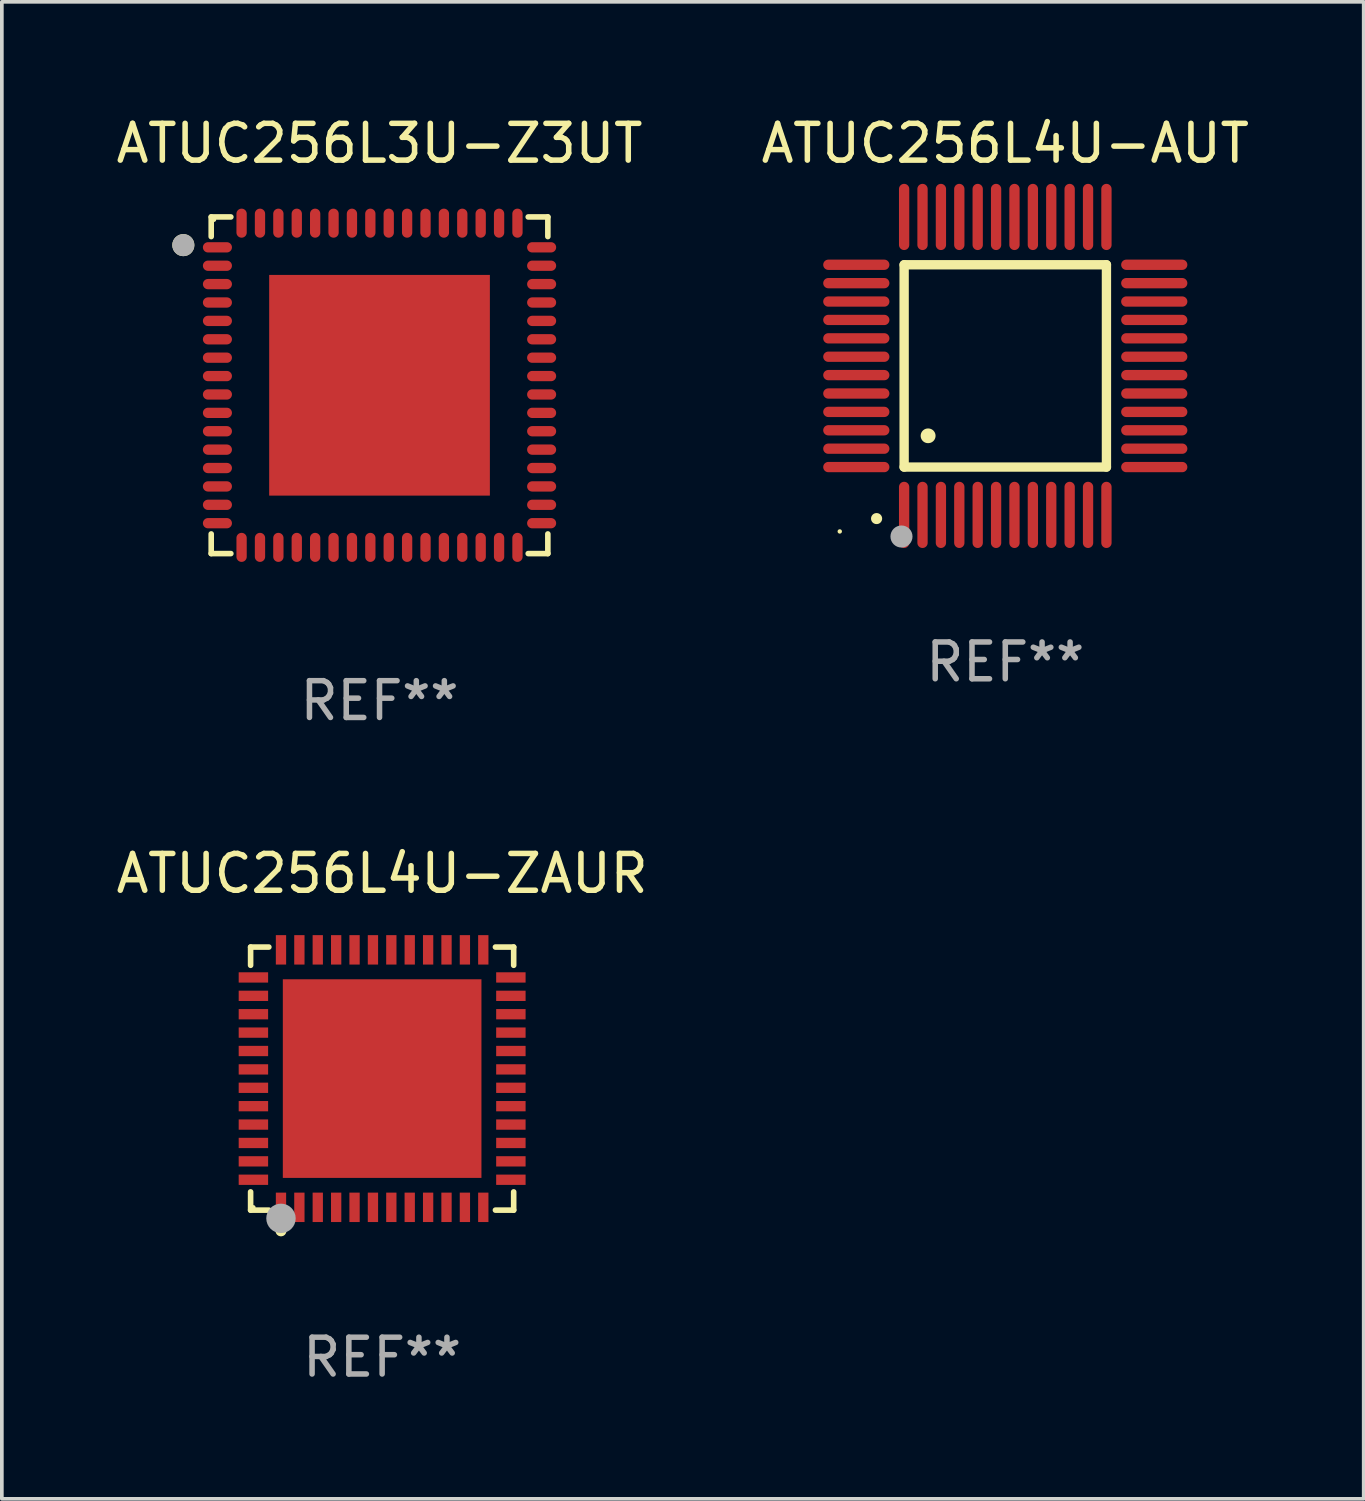
<source format=kicad_pcb>
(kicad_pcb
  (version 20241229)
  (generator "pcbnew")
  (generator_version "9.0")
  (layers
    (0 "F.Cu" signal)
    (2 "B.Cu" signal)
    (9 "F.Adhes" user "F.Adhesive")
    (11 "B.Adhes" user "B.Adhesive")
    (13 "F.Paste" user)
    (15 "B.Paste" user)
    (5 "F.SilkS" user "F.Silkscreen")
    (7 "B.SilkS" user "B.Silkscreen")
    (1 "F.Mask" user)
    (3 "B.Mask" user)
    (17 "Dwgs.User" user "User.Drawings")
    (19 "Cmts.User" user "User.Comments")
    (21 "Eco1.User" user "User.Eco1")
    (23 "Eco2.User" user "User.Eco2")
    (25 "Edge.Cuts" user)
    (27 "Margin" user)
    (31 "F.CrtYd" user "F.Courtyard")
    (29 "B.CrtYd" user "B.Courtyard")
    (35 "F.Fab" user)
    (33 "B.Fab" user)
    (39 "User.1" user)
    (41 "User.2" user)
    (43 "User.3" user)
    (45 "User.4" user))
  (footprint "ATUC256L4U-AUT"
    (layer "F.Cu")
    (at 24.28 6.898)
    (property "Reference" "ATUC256L4U-AUT" (at 0 -6.05 0) (layer "F.SilkS") (effects (font (size 1 1) (thickness 0.15))))
    (attr through_hole)
    (fp_line (start -2.75 -2.75) (end 2.75 -2.75) (stroke (width 0.254) (type solid)) (layer "F.SilkS"))
    (fp_line (start -2.75 2.75) (end -2.75 -2.75) (stroke (width 0.254) (type solid)) (layer "F.SilkS"))
    (fp_line (start 2.75 -2.75) (end 2.75 2.75) (stroke (width 0.254) (type solid)) (layer "F.SilkS"))
    (fp_line (start 2.75 2.75) (end -2.75 2.75) (stroke (width 0.254) (type solid)) (layer "F.SilkS"))
    (fp_arc (start -3.500127 4.150368) (mid -3.498857 4.150363) (end -3.497587 4.150368) (stroke (width 0.3) (type solid)) (layer "F.SilkS"))
    (fp_arc (start -2.100584 1.899924) (mid -2.098044 1.899908) (end -2.095504 1.899924) (stroke (width 0.4) (type solid)) (layer "F.SilkS"))
    (fp_circle (center -4.5 4.5) (end -4.47 4.5) (stroke (width 0.06) (type solid)) (fill no) (layer "F.SilkS"))
    (fp_circle (center -2.822 4.638) (end -2.672 4.638) (stroke (width 0.3) (type solid)) (fill no) (layer "F.Fab"))
    (fp_text user "REF**" (at 0 8.05 0) (layer "F.Fab") (effects (font (size 1 1) (thickness 0.15))))
    (pad "1" smd oval (at -2.75 4.05) (size 0.28 1.8) (layers "F.Cu" "F.Mask" "F.Paste"))
    (pad "2" smd oval (at -2.25 4.05) (size 0.28 1.8) (layers "F.Cu" "F.Mask" "F.Paste"))
    (pad "3" smd oval (at -1.75 4.05) (size 0.28 1.8) (layers "F.Cu" "F.Mask" "F.Paste"))
    (pad "4" smd oval (at -1.25 4.05) (size 0.28 1.8) (layers "F.Cu" "F.Mask" "F.Paste"))
    (pad "5" smd oval (at -0.75 4.05) (size 0.28 1.8) (layers "F.Cu" "F.Mask" "F.Paste"))
    (pad "6" smd oval (at -0.25 4.05) (size 0.28 1.8) (layers "F.Cu" "F.Mask" "F.Paste"))
    (pad "7" smd oval (at 0.25 4.05) (size 0.28 1.8) (layers "F.Cu" "F.Mask" "F.Paste"))
    (pad "8" smd oval (at 0.75 4.05) (size 0.28 1.8) (layers "F.Cu" "F.Mask" "F.Paste"))
    (pad "9" smd oval (at 1.25 4.05) (size 0.28 1.8) (layers "F.Cu" "F.Mask" "F.Paste"))
    (pad "10" smd oval (at 1.75 4.05) (size 0.28 1.8) (layers "F.Cu" "F.Mask" "F.Paste"))
    (pad "11" smd oval (at 2.25 4.05) (size 0.28 1.8) (layers "F.Cu" "F.Mask" "F.Paste"))
    (pad "12" smd oval (at 2.75 4.05) (size 0.28 1.8) (layers "F.Cu" "F.Mask" "F.Paste"))
    (pad "13" smd oval (at 4.05 2.75) (size 1.8 0.28) (layers "F.Cu" "F.Mask" "F.Paste"))
    (pad "14" smd oval (at 4.05 2.25) (size 1.8 0.28) (layers "F.Cu" "F.Mask" "F.Paste"))
    (pad "15" smd oval (at 4.05 1.75) (size 1.8 0.28) (layers "F.Cu" "F.Mask" "F.Paste"))
    (pad "16" smd oval (at 4.05 1.25) (size 1.8 0.28) (layers "F.Cu" "F.Mask" "F.Paste"))
    (pad "17" smd oval (at 4.05 0.75) (size 1.8 0.28) (layers "F.Cu" "F.Mask" "F.Paste"))
    (pad "18" smd oval (at 4.05 0.25) (size 1.8 0.28) (layers "F.Cu" "F.Mask" "F.Paste"))
    (pad "19" smd oval (at 4.05 -0.25) (size 1.8 0.28) (layers "F.Cu" "F.Mask" "F.Paste"))
    (pad "20" smd oval (at 4.05 -0.75) (size 1.8 0.28) (layers "F.Cu" "F.Mask" "F.Paste"))
    (pad "21" smd oval (at 4.05 -1.25) (size 1.8 0.28) (layers "F.Cu" "F.Mask" "F.Paste"))
    (pad "22" smd oval (at 4.05 -1.75) (size 1.8 0.28) (layers "F.Cu" "F.Mask" "F.Paste"))
    (pad "23" smd oval (at 4.05 -2.25) (size 1.8 0.28) (layers "F.Cu" "F.Mask" "F.Paste"))
    (pad "24" smd oval (at 4.05 -2.75) (size 1.8 0.28) (layers "F.Cu" "F.Mask" "F.Paste"))
    (pad "25" smd oval (at 2.75 -4.05) (size 0.28 1.8) (layers "F.Cu" "F.Mask" "F.Paste"))
    (pad "26" smd oval (at 2.25 -4.05) (size 0.28 1.8) (layers "F.Cu" "F.Mask" "F.Paste"))
    (pad "27" smd oval (at 1.75 -4.05) (size 0.28 1.8) (layers "F.Cu" "F.Mask" "F.Paste"))
    (pad "28" smd oval (at 1.25 -4.05) (size 0.28 1.8) (layers "F.Cu" "F.Mask" "F.Paste"))
    (pad "29" smd oval (at 0.75 -4.05) (size 0.28 1.8) (layers "F.Cu" "F.Mask" "F.Paste"))
    (pad "30" smd oval (at 0.25 -4.05) (size 0.28 1.8) (layers "F.Cu" "F.Mask" "F.Paste"))
    (pad "31" smd oval (at -0.25 -4.05) (size 0.28 1.8) (layers "F.Cu" "F.Mask" "F.Paste"))
    (pad "32" smd oval (at -0.75 -4.05) (size 0.28 1.8) (layers "F.Cu" "F.Mask" "F.Paste"))
    (pad "33" smd oval (at -1.25 -4.05) (size 0.28 1.8) (layers "F.Cu" "F.Mask" "F.Paste"))
    (pad "34" smd oval (at -1.75 -4.05) (size 0.28 1.8) (layers "F.Cu" "F.Mask" "F.Paste"))
    (pad "35" smd oval (at -2.25 -4.05) (size 0.28 1.8) (layers "F.Cu" "F.Mask" "F.Paste"))
    (pad "36" smd oval (at -2.75 -4.05) (size 0.28 1.8) (layers "F.Cu" "F.Mask" "F.Paste"))
    (pad "37" smd oval (at -4.05 -2.75) (size 1.8 0.28) (layers "F.Cu" "F.Mask" "F.Paste"))
    (pad "38" smd oval (at -4.05 -2.25) (size 1.8 0.28) (layers "F.Cu" "F.Mask" "F.Paste"))
    (pad "39" smd oval (at -4.05 -1.75) (size 1.8 0.28) (layers "F.Cu" "F.Mask" "F.Paste"))
    (pad "40" smd oval (at -4.05 -1.25) (size 1.8 0.28) (layers "F.Cu" "F.Mask" "F.Paste"))
    (pad "41" smd oval (at -4.05 -0.75) (size 1.8 0.28) (layers "F.Cu" "F.Mask" "F.Paste"))
    (pad "42" smd oval (at -4.05 -0.25) (size 1.8 0.28) (layers "F.Cu" "F.Mask" "F.Paste"))
    (pad "43" smd oval (at -4.05 0.25) (size 1.8 0.28) (layers "F.Cu" "F.Mask" "F.Paste"))
    (pad "44" smd oval (at -4.05 0.75) (size 1.8 0.28) (layers "F.Cu" "F.Mask" "F.Paste"))
    (pad "45" smd oval (at -4.05 1.25) (size 1.8 0.28) (layers "F.Cu" "F.Mask" "F.Paste"))
    (pad "46" smd oval (at -4.05 1.75) (size 1.8 0.28) (layers "F.Cu" "F.Mask" "F.Paste"))
    (pad "47" smd oval (at -4.05 2.25) (size 1.8 0.28) (layers "F.Cu" "F.Mask" "F.Paste"))
    (pad "48" smd oval (at -4.05 2.75) (size 1.8 0.28) (layers "F.Cu" "F.Mask" "F.Paste")))
  (footprint "ATUC256L4U-ZAUR"
    (layer "F.Cu")
    (at 7.339 26.273)
    (property "Reference" "ATUC256L4U-ZAUR" (at 0 -5.576 0) (layer "F.SilkS") (effects (font (size 1 1) (thickness 0.15))))
    (attr through_hole)
    (fp_line (start -3.576 -3.576) (end -3.08 -3.576) (stroke (width 0.152) (type solid)) (layer "F.SilkS"))
    (fp_line (start -3.576 -3.08) (end -3.576 -3.576) (stroke (width 0.152) (type solid)) (layer "F.SilkS"))
    (fp_line (start -3.576 3.08) (end -3.576 3.576) (stroke (width 0.152) (type solid)) (layer "F.SilkS"))
    (fp_line (start -3.576 3.576) (end -3.08 3.576) (stroke (width 0.152) (type solid)) (layer "F.SilkS"))
    (fp_line (start 3.576 -3.576) (end 3.08 -3.576) (stroke (width 0.152) (type solid)) (layer "F.SilkS"))
    (fp_line (start 3.576 -3.08) (end 3.576 -3.576) (stroke (width 0.152) (type solid)) (layer "F.SilkS"))
    (fp_line (start 3.576 3.08) (end 3.576 3.576) (stroke (width 0.152) (type solid)) (layer "F.SilkS"))
    (fp_line (start 3.576 3.576) (end 3.08 3.576) (stroke (width 0.152) (type solid)) (layer "F.SilkS"))
    (fp_circle (center -3.5 3.5) (end -3.47 3.5) (stroke (width 0.06) (type solid)) (fill no) (layer "F.SilkS"))
    (fp_circle (center -2.75 4.14) (end -2.675 4.14) (stroke (width 0.15) (type solid)) (fill no) (layer "F.SilkS"))
    (fp_circle (center -2.75 3.8) (end -2.55 3.8) (stroke (width 0.4) (type solid)) (fill no) (layer "F.Fab"))
    (fp_text user "REF**" (at 0 7.576 0) (layer "F.Fab") (effects (font (size 1 1) (thickness 0.15))))
    (pad "1" smd rect (at -2.75 3.5) (size 0.28 0.8) (layers "F.Cu" "F.Mask" "F.Paste"))
    (pad "2" smd rect (at -2.25 3.5) (size 0.28 0.8) (layers "F.Cu" "F.Mask" "F.Paste"))
    (pad "3" smd rect (at -1.75 3.5) (size 0.28 0.8) (layers "F.Cu" "F.Mask" "F.Paste"))
    (pad "4" smd rect (at -1.25 3.5) (size 0.28 0.8) (layers "F.Cu" "F.Mask" "F.Paste"))
    (pad "5" smd rect (at -0.75 3.5) (size 0.28 0.8) (layers "F.Cu" "F.Mask" "F.Paste"))
    (pad "6" smd rect (at -0.25 3.5) (size 0.28 0.8) (layers "F.Cu" "F.Mask" "F.Paste"))
    (pad "7" smd rect (at 0.25 3.5) (size 0.28 0.8) (layers "F.Cu" "F.Mask" "F.Paste"))
    (pad "8" smd rect (at 0.75 3.5) (size 0.28 0.8) (layers "F.Cu" "F.Mask" "F.Paste"))
    (pad "9" smd rect (at 1.25 3.5) (size 0.28 0.8) (layers "F.Cu" "F.Mask" "F.Paste"))
    (pad "10" smd rect (at 1.75 3.5) (size 0.28 0.8) (layers "F.Cu" "F.Mask" "F.Paste"))
    (pad "11" smd rect (at 2.25 3.5) (size 0.28 0.8) (layers "F.Cu" "F.Mask" "F.Paste"))
    (pad "12" smd rect (at 2.75 3.5) (size 0.28 0.8) (layers "F.Cu" "F.Mask" "F.Paste"))
    (pad "13" smd rect (at 3.5 2.75) (size 0.8 0.28) (layers "F.Cu" "F.Mask" "F.Paste"))
    (pad "14" smd rect (at 3.5 2.25) (size 0.8 0.28) (layers "F.Cu" "F.Mask" "F.Paste"))
    (pad "15" smd rect (at 3.5 1.75) (size 0.8 0.28) (layers "F.Cu" "F.Mask" "F.Paste"))
    (pad "16" smd rect (at 3.5 1.25) (size 0.8 0.28) (layers "F.Cu" "F.Mask" "F.Paste"))
    (pad "17" smd rect (at 3.5 0.75) (size 0.8 0.28) (layers "F.Cu" "F.Mask" "F.Paste"))
    (pad "18" smd rect (at 3.5 0.25) (size 0.8 0.28) (layers "F.Cu" "F.Mask" "F.Paste"))
    (pad "19" smd rect (at 3.5 -0.25) (size 0.8 0.28) (layers "F.Cu" "F.Mask" "F.Paste"))
    (pad "20" smd rect (at 3.5 -0.75) (size 0.8 0.28) (layers "F.Cu" "F.Mask" "F.Paste"))
    (pad "21" smd rect (at 3.5 -1.25) (size 0.8 0.28) (layers "F.Cu" "F.Mask" "F.Paste"))
    (pad "22" smd rect (at 3.5 -1.75) (size 0.8 0.28) (layers "F.Cu" "F.Mask" "F.Paste"))
    (pad "23" smd rect (at 3.5 -2.25) (size 0.8 0.28) (layers "F.Cu" "F.Mask" "F.Paste"))
    (pad "24" smd rect (at 3.5 -2.75) (size 0.8 0.28) (layers "F.Cu" "F.Mask" "F.Paste"))
    (pad "25" smd rect (at 2.75 -3.5) (size 0.28 0.8) (layers "F.Cu" "F.Mask" "F.Paste"))
    (pad "26" smd rect (at 2.25 -3.5) (size 0.28 0.8) (layers "F.Cu" "F.Mask" "F.Paste"))
    (pad "27" smd rect (at 1.75 -3.5) (size 0.28 0.8) (layers "F.Cu" "F.Mask" "F.Paste"))
    (pad "28" smd rect (at 1.25 -3.5) (size 0.28 0.8) (layers "F.Cu" "F.Mask" "F.Paste"))
    (pad "29" smd rect (at 0.75 -3.5) (size 0.28 0.8) (layers "F.Cu" "F.Mask" "F.Paste"))
    (pad "30" smd rect (at 0.25 -3.5) (size 0.28 0.8) (layers "F.Cu" "F.Mask" "F.Paste"))
    (pad "31" smd rect (at -0.25 -3.5) (size 0.28 0.8) (layers "F.Cu" "F.Mask" "F.Paste"))
    (pad "32" smd rect (at -0.75 -3.5) (size 0.28 0.8) (layers "F.Cu" "F.Mask" "F.Paste"))
    (pad "33" smd rect (at -1.25 -3.5) (size 0.28 0.8) (layers "F.Cu" "F.Mask" "F.Paste"))
    (pad "34" smd rect (at -1.75 -3.5) (size 0.28 0.8) (layers "F.Cu" "F.Mask" "F.Paste"))
    (pad "35" smd rect (at -2.25 -3.5) (size 0.28 0.8) (layers "F.Cu" "F.Mask" "F.Paste"))
    (pad "36" smd rect (at -2.75 -3.5) (size 0.28 0.8) (layers "F.Cu" "F.Mask" "F.Paste"))
    (pad "37" smd rect (at -3.5 -2.75) (size 0.8 0.28) (layers "F.Cu" "F.Mask" "F.Paste"))
    (pad "38" smd rect (at -3.5 -2.25) (size 0.8 0.28) (layers "F.Cu" "F.Mask" "F.Paste"))
    (pad "39" smd rect (at -3.5 -1.75) (size 0.8 0.28) (layers "F.Cu" "F.Mask" "F.Paste"))
    (pad "40" smd rect (at -3.5 -1.25) (size 0.8 0.28) (layers "F.Cu" "F.Mask" "F.Paste"))
    (pad "41" smd rect (at -3.5 -0.75) (size 0.8 0.28) (layers "F.Cu" "F.Mask" "F.Paste"))
    (pad "42" smd rect (at -3.5 -0.25) (size 0.8 0.28) (layers "F.Cu" "F.Mask" "F.Paste"))
    (pad "43" smd rect (at -3.5 0.25) (size 0.8 0.28) (layers "F.Cu" "F.Mask" "F.Paste"))
    (pad "44" smd rect (at -3.5 0.75) (size 0.8 0.28) (layers "F.Cu" "F.Mask" "F.Paste"))
    (pad "45" smd rect (at -3.5 1.25) (size 0.8 0.28) (layers "F.Cu" "F.Mask" "F.Paste"))
    (pad "46" smd rect (at -3.5 1.75) (size 0.8 0.28) (layers "F.Cu" "F.Mask" "F.Paste"))
    (pad "47" smd rect (at -3.5 2.25) (size 0.8 0.28) (layers "F.Cu" "F.Mask" "F.Paste"))
    (pad "48" smd rect (at -3.5 2.75) (size 0.8 0.28) (layers "F.Cu" "F.Mask" "F.Paste"))
    (pad "49" smd rect (at -0.000102 -0.000076) (size 5.4 5.4) (layers "F.Cu" "F.Mask" "F.Paste")))
  (footprint "ATUC256L3U-Z3UT"
    (layer "F.Cu")
    (at 7.268 7.424)
    (property "Reference" "ATUC256L3U-Z3UT" (at 0 -6.576 0) (layer "F.SilkS") (effects (font (size 1 1) (thickness 0.15))))
    (attr through_hole)
    (fp_line (start -4.576 -4.576) (end -4.042 -4.576) (stroke (width 0.152) (type solid)) (layer "F.SilkS"))
    (fp_line (start -4.576 -4.042) (end -4.576 -4.576) (stroke (width 0.152) (type solid)) (layer "F.SilkS"))
    (fp_line (start -4.576 4.042) (end -4.576 4.576) (stroke (width 0.152) (type solid)) (layer "F.SilkS"))
    (fp_line (start -4.576 4.576) (end -4.042 4.576) (stroke (width 0.152) (type solid)) (layer "F.SilkS"))
    (fp_line (start 4.576 -4.576) (end 4.042 -4.576) (stroke (width 0.152) (type solid)) (layer "F.SilkS"))
    (fp_line (start 4.576 -4.042) (end 4.576 -4.576) (stroke (width 0.152) (type solid)) (layer "F.SilkS"))
    (fp_line (start 4.576 4.042) (end 4.576 4.576) (stroke (width 0.152) (type solid)) (layer "F.SilkS"))
    (fp_line (start 4.576 4.576) (end 4.042 4.576) (stroke (width 0.152) (type solid)) (layer "F.SilkS"))
    (fp_circle (center -5.334 -3.81) (end -5.184 -3.81) (stroke (width 0.3) (type solid)) (fill no) (layer "F.SilkS"))
    (fp_circle (center -4.5 -4.5) (end -4.47 -4.5) (stroke (width 0.06) (type solid)) (fill no) (layer "F.SilkS"))
    (fp_circle (center -5.334 -3.81) (end -5.184 -3.81) (stroke (width 0.3) (type solid)) (fill no) (layer "F.Fab"))
    (fp_text user "REF**" (at 0 8.576 0) (layer "F.Fab") (effects (font (size 1 1) (thickness 0.15))))
    (pad "1" smd oval (at -4.407 -3.75) (size 0.79 0.28) (layers "F.Cu" "F.Mask" "F.Paste"))
    (pad "2" smd oval (at -4.407 -3.25) (size 0.79 0.28) (layers "F.Cu" "F.Mask" "F.Paste"))
    (pad "3" smd oval (at -4.407 -2.75) (size 0.79 0.28) (layers "F.Cu" "F.Mask" "F.Paste"))
    (pad "4" smd oval (at -4.407 -2.25) (size 0.79 0.28) (layers "F.Cu" "F.Mask" "F.Paste"))
    (pad "5" smd oval (at -4.407 -1.75) (size 0.79 0.28) (layers "F.Cu" "F.Mask" "F.Paste"))
    (pad "6" smd oval (at -4.407 -1.25) (size 0.79 0.28) (layers "F.Cu" "F.Mask" "F.Paste"))
    (pad "7" smd oval (at -4.407 -0.75) (size 0.79 0.28) (layers "F.Cu" "F.Mask" "F.Paste"))
    (pad "8" smd oval (at -4.407 -0.25) (size 0.79 0.28) (layers "F.Cu" "F.Mask" "F.Paste"))
    (pad "9" smd oval (at -4.407 0.25) (size 0.79 0.28) (layers "F.Cu" "F.Mask" "F.Paste"))
    (pad "10" smd oval (at -4.407 0.75) (size 0.79 0.28) (layers "F.Cu" "F.Mask" "F.Paste"))
    (pad "11" smd oval (at -4.407 1.25) (size 0.79 0.28) (layers "F.Cu" "F.Mask" "F.Paste"))
    (pad "12" smd oval (at -4.407 1.75) (size 0.79 0.28) (layers "F.Cu" "F.Mask" "F.Paste"))
    (pad "13" smd oval (at -4.407 2.25) (size 0.79 0.28) (layers "F.Cu" "F.Mask" "F.Paste"))
    (pad "14" smd oval (at -4.407 2.75) (size 0.79 0.28) (layers "F.Cu" "F.Mask" "F.Paste"))
    (pad "15" smd oval (at -4.407 3.25) (size 0.79 0.28) (layers "F.Cu" "F.Mask" "F.Paste"))
    (pad "16" smd oval (at -4.407 3.75) (size 0.79 0.28) (layers "F.Cu" "F.Mask" "F.Paste"))
    (pad "17" smd oval (at -3.75 4.407) (size 0.28 0.79) (layers "F.Cu" "F.Mask" "F.Paste"))
    (pad "18" smd oval (at -3.25 4.407) (size 0.28 0.79) (layers "F.Cu" "F.Mask" "F.Paste"))
    (pad "19" smd oval (at -2.75 4.407) (size 0.28 0.79) (layers "F.Cu" "F.Mask" "F.Paste"))
    (pad "20" smd oval (at -2.25 4.407) (size 0.28 0.79) (layers "F.Cu" "F.Mask" "F.Paste"))
    (pad "21" smd oval (at -1.75 4.407) (size 0.28 0.79) (layers "F.Cu" "F.Mask" "F.Paste"))
    (pad "22" smd oval (at -1.25 4.407) (size 0.28 0.79) (layers "F.Cu" "F.Mask" "F.Paste"))
    (pad "23" smd oval (at -0.75 4.407) (size 0.28 0.79) (layers "F.Cu" "F.Mask" "F.Paste"))
    (pad "24" smd oval (at -0.25 4.407) (size 0.28 0.79) (layers "F.Cu" "F.Mask" "F.Paste"))
    (pad "25" smd oval (at 0.25 4.407) (size 0.28 0.79) (layers "F.Cu" "F.Mask" "F.Paste"))
    (pad "26" smd oval (at 0.75 4.407) (size 0.28 0.79) (layers "F.Cu" "F.Mask" "F.Paste"))
    (pad "27" smd oval (at 1.25 4.407) (size 0.28 0.79) (layers "F.Cu" "F.Mask" "F.Paste"))
    (pad "28" smd oval (at 1.75 4.407) (size 0.28 0.79) (layers "F.Cu" "F.Mask" "F.Paste"))
    (pad "29" smd oval (at 2.25 4.407) (size 0.28 0.79) (layers "F.Cu" "F.Mask" "F.Paste"))
    (pad "30" smd oval (at 2.75 4.407) (size 0.28 0.79) (layers "F.Cu" "F.Mask" "F.Paste"))
    (pad "31" smd oval (at 3.25 4.407) (size 0.28 0.79) (layers "F.Cu" "F.Mask" "F.Paste"))
    (pad "32" smd oval (at 3.75 4.407) (size 0.28 0.79) (layers "F.Cu" "F.Mask" "F.Paste"))
    (pad "33" smd oval (at 4.407 3.75) (size 0.79 0.28) (layers "F.Cu" "F.Mask" "F.Paste"))
    (pad "34" smd oval (at 4.407 3.25) (size 0.79 0.28) (layers "F.Cu" "F.Mask" "F.Paste"))
    (pad "35" smd oval (at 4.407 2.75) (size 0.79 0.28) (layers "F.Cu" "F.Mask" "F.Paste"))
    (pad "36" smd oval (at 4.407 2.25) (size 0.79 0.28) (layers "F.Cu" "F.Mask" "F.Paste"))
    (pad "37" smd oval (at 4.407 1.75) (size 0.79 0.28) (layers "F.Cu" "F.Mask" "F.Paste"))
    (pad "38" smd oval (at 4.407 1.25) (size 0.79 0.28) (layers "F.Cu" "F.Mask" "F.Paste"))
    (pad "39" smd oval (at 4.407 0.75) (size 0.79 0.28) (layers "F.Cu" "F.Mask" "F.Paste"))
    (pad "40" smd oval (at 4.407 0.25) (size 0.79 0.28) (layers "F.Cu" "F.Mask" "F.Paste"))
    (pad "41" smd oval (at 4.407 -0.25) (size 0.79 0.28) (layers "F.Cu" "F.Mask" "F.Paste"))
    (pad "42" smd oval (at 4.407 -0.75) (size 0.79 0.28) (layers "F.Cu" "F.Mask" "F.Paste"))
    (pad "43" smd oval (at 4.407 -1.25) (size 0.79 0.28) (layers "F.Cu" "F.Mask" "F.Paste"))
    (pad "44" smd oval (at 4.407 -1.75) (size 0.79 0.28) (layers "F.Cu" "F.Mask" "F.Paste"))
    (pad "45" smd oval (at 4.407 -2.25) (size 0.79 0.28) (layers "F.Cu" "F.Mask" "F.Paste"))
    (pad "46" smd oval (at 4.407 -2.75) (size 0.79 0.28) (layers "F.Cu" "F.Mask" "F.Paste"))
    (pad "47" smd oval (at 4.407 -3.25) (size 0.79 0.28) (layers "F.Cu" "F.Mask" "F.Paste"))
    (pad "48" smd oval (at 4.407 -3.75) (size 0.79 0.28) (layers "F.Cu" "F.Mask" "F.Paste"))
    (pad "49" smd oval (at 3.75 -4.407) (size 0.28 0.79) (layers "F.Cu" "F.Mask" "F.Paste"))
    (pad "50" smd oval (at 3.25 -4.407) (size 0.28 0.79) (layers "F.Cu" "F.Mask" "F.Paste"))
    (pad "51" smd oval (at 2.75 -4.407) (size 0.28 0.79) (layers "F.Cu" "F.Mask" "F.Paste"))
    (pad "52" smd oval (at 2.25 -4.407) (size 0.28 0.79) (layers "F.Cu" "F.Mask" "F.Paste"))
    (pad "53" smd oval (at 1.75 -4.407) (size 0.28 0.79) (layers "F.Cu" "F.Mask" "F.Paste"))
    (pad "54" smd oval (at 1.25 -4.407) (size 0.28 0.79) (layers "F.Cu" "F.Mask" "F.Paste"))
    (pad "55" smd oval (at 0.75 -4.407) (size 0.28 0.79) (layers "F.Cu" "F.Mask" "F.Paste"))
    (pad "56" smd oval (at 0.25 -4.407) (size 0.28 0.79) (layers "F.Cu" "F.Mask" "F.Paste"))
    (pad "57" smd oval (at -0.25 -4.407) (size 0.28 0.79) (layers "F.Cu" "F.Mask" "F.Paste"))
    (pad "58" smd oval (at -0.75 -4.407) (size 0.28 0.79) (layers "F.Cu" "F.Mask" "F.Paste"))
    (pad "59" smd oval (at -1.25 -4.407) (size 0.28 0.79) (layers "F.Cu" "F.Mask" "F.Paste"))
    (pad "60" smd oval (at -1.75 -4.407) (size 0.28 0.79) (layers "F.Cu" "F.Mask" "F.Paste"))
    (pad "61" smd oval (at -2.25 -4.407) (size 0.28 0.79) (layers "F.Cu" "F.Mask" "F.Paste"))
    (pad "62" smd oval (at -2.75 -4.407) (size 0.28 0.79) (layers "F.Cu" "F.Mask" "F.Paste"))
    (pad "63" smd oval (at -3.25 -4.407) (size 0.28 0.79) (layers "F.Cu" "F.Mask" "F.Paste"))
    (pad "64" smd oval (at -3.75 -4.407) (size 0.28 0.79) (layers "F.Cu" "F.Mask" "F.Paste"))
    (pad "65" smd rect (at 0 0) (size 6 6) (layers "F.Cu" "F.Mask" "F.Paste")))
  (gr_rect
    (start -3 -3)
    (end 34.024 37.698)
    (stroke (width 0.1) (type default))
    (fill no)
    (layer "Edge.Cuts")))
</source>
